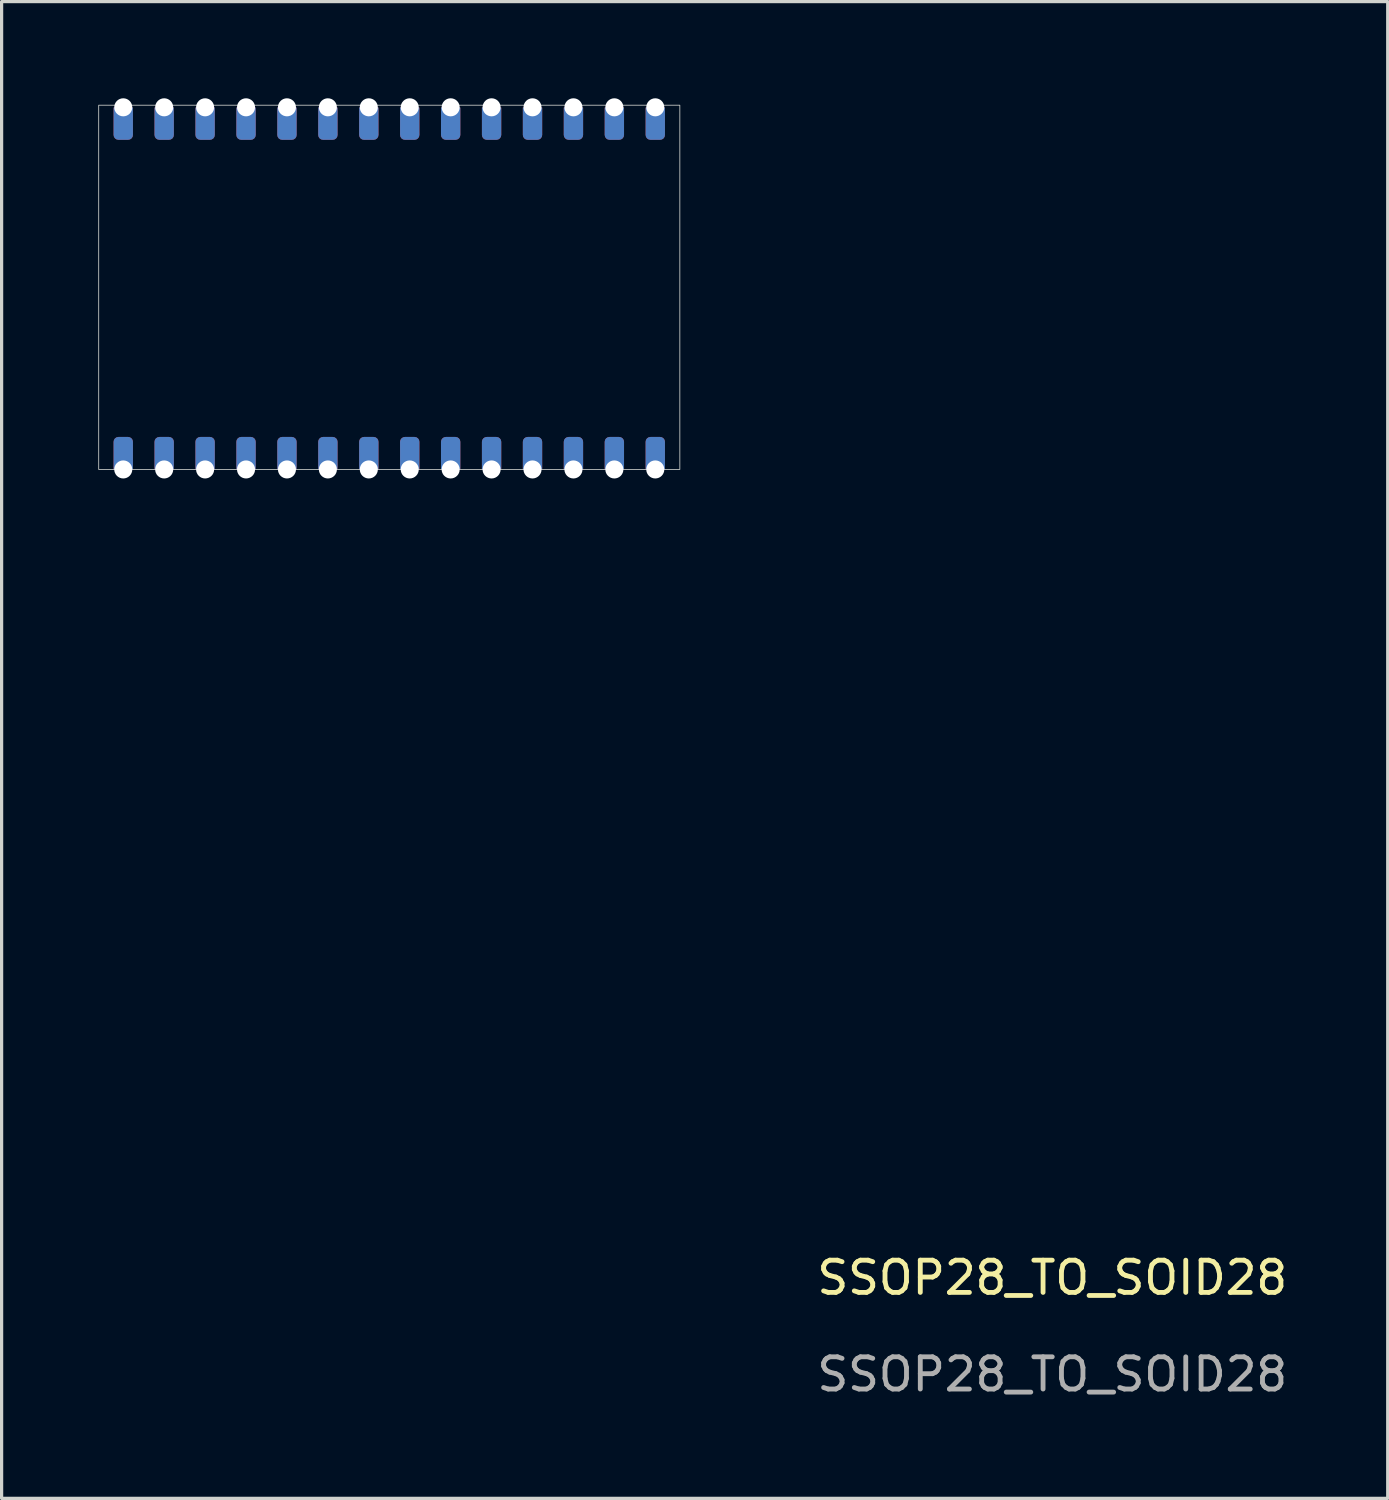
<source format=kicad_pcb>
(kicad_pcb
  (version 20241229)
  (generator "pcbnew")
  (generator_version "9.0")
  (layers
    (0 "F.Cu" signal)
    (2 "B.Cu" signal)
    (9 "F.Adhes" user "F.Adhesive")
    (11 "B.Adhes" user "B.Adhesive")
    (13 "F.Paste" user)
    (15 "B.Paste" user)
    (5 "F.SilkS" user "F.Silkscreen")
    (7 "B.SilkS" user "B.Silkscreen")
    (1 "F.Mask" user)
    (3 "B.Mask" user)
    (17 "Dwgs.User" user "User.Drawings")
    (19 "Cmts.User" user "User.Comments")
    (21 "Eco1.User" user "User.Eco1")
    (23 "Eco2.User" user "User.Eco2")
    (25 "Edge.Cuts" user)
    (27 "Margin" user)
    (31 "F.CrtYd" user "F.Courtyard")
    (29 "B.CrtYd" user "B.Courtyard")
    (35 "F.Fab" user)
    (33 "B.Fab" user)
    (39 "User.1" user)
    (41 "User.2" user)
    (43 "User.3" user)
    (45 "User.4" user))
  (footprint "SSOP28_TO_SOID28"
    (layer "F.Cu")
    (at 9.03 5.93)
    (property "Reference" "SSOP28_TO_SOID28" (at 20.574 30.671 0) (unlocked yes) (layer "F.SilkS") (effects (font (size 1 1) (thickness 0.15))))
    (attr smd)
    (fp_rect (start -9.017 5.588) (end 9.017 -5.715) (stroke (width 0.025) (type solid)) (fill no) (layer "Edge.Cuts"))
    (fp_text user "${REFERENCE}" (at 20.574 33.67 0) (unlocked yes) (layer "F.Fab") (effects (font (size 1 1) (thickness 0.15))))
    (pad "1" thru_hole roundrect (at -8.255 5.588) (size 0.6 1) (drill 0.56 (offset 0 -0.508)) (layers "*.Cu" "*.Mask") (roundrect_rratio 0.25) (chamfer_ratio 0) (chamfer bottom_left bottom_right))
    (pad "2" thru_hole roundrect (at -6.985 5.588) (size 0.6 1) (drill 0.56 (offset 0 -0.508)) (layers "*.Cu" "*.Mask") (roundrect_rratio 0.25) (chamfer_ratio 0) (chamfer bottom_left bottom_right))
    (pad "3" thru_hole roundrect (at -5.715 5.588) (size 0.6 1) (drill 0.56 (offset 0 -0.508)) (layers "*.Cu" "*.Mask") (roundrect_rratio 0.25) (chamfer_ratio 0) (chamfer bottom_left bottom_right))
    (pad "4" thru_hole roundrect (at -4.445 5.588) (size 0.6 1) (drill 0.56 (offset 0 -0.508)) (layers "*.Cu" "*.Mask") (roundrect_rratio 0.25) (chamfer_ratio 0) (chamfer bottom_left bottom_right))
    (pad "5" thru_hole roundrect (at -3.175 5.588) (size 0.6 1) (drill 0.56 (offset 0 -0.508)) (layers "*.Cu" "*.Mask") (roundrect_rratio 0.25) (chamfer_ratio 0) (chamfer bottom_left bottom_right))
    (pad "6" thru_hole roundrect (at -1.905 5.588) (size 0.6 1) (drill 0.56 (offset 0 -0.508)) (layers "*.Cu" "*.Mask") (roundrect_rratio 0.25) (chamfer_ratio 0) (chamfer bottom_left bottom_right))
    (pad "7" thru_hole roundrect (at -0.635 5.588) (size 0.6 1) (drill 0.56 (offset 0 -0.508)) (layers "*.Cu" "*.Mask") (roundrect_rratio 0.25) (chamfer_ratio 0) (chamfer bottom_left bottom_right))
    (pad "8" thru_hole roundrect (at 0.635 5.588) (size 0.6 1) (drill 0.56 (offset 0 -0.508)) (layers "*.Cu" "*.Mask") (roundrect_rratio 0.25) (chamfer_ratio 0) (chamfer bottom_left bottom_right))
    (pad "9" thru_hole roundrect (at 1.905 5.588) (size 0.6 1) (drill 0.56 (offset 0 -0.508)) (layers "*.Cu" "*.Mask") (roundrect_rratio 0.25) (chamfer_ratio 0) (chamfer bottom_left bottom_right))
    (pad "10" thru_hole roundrect (at 3.175 5.588) (size 0.6 1) (drill 0.56 (offset 0 -0.508)) (layers "*.Cu" "*.Mask") (roundrect_rratio 0.25) (chamfer_ratio 0) (chamfer bottom_left bottom_right))
    (pad "11" thru_hole roundrect (at 4.445 5.588) (size 0.6 1) (drill 0.56 (offset 0 -0.508)) (layers "*.Cu" "*.Mask") (roundrect_rratio 0.25) (chamfer_ratio 0) (chamfer bottom_left bottom_right))
    (pad "12" thru_hole roundrect (at 5.715 5.588) (size 0.6 1) (drill 0.56 (offset 0 -0.508)) (layers "*.Cu" "*.Mask") (roundrect_rratio 0.25) (chamfer_ratio 0) (chamfer bottom_left bottom_right))
    (pad "13" thru_hole roundrect (at 6.985 5.588) (size 0.6 1) (drill 0.56 (offset 0 -0.508)) (layers "*.Cu" "*.Mask") (roundrect_rratio 0.25) (chamfer_ratio 0) (chamfer bottom_left bottom_right))
    (pad "14" thru_hole roundrect (at 8.255 5.588) (size 0.6 1) (drill 0.56 (offset 0 -0.508)) (layers "*.Cu" "*.Mask") (roundrect_rratio 0.25) (chamfer_ratio 0) (chamfer bottom_left bottom_right))
    (pad "15" thru_hole roundrect (at 8.255 -5.65 180) (size 0.6 1) (drill 0.56 (offset 0 -0.508)) (layers "*.Cu" "*.Mask") (roundrect_rratio 0.25) (chamfer_ratio 0) (chamfer bottom_left bottom_right))
    (pad "16" thru_hole roundrect (at 6.985 -5.65 180) (size 0.6 1) (drill 0.56 (offset 0 -0.508)) (layers "*.Cu" "*.Mask") (roundrect_rratio 0.25) (chamfer_ratio 0) (chamfer bottom_left bottom_right))
    (pad "17" thru_hole roundrect (at 5.715 -5.65 180) (size 0.6 1) (drill 0.56 (offset 0 -0.508)) (layers "*.Cu" "*.Mask") (roundrect_rratio 0.25) (chamfer_ratio 0) (chamfer bottom_left bottom_right))
    (pad "18" thru_hole roundrect (at 4.445 -5.65 180) (size 0.6 1) (drill 0.56 (offset 0 -0.508)) (layers "*.Cu" "*.Mask") (roundrect_rratio 0.25) (chamfer_ratio 0) (chamfer bottom_left bottom_right))
    (pad "19" thru_hole roundrect (at 3.175 -5.65 180) (size 0.6 1) (drill 0.56 (offset 0 -0.508)) (layers "*.Cu" "*.Mask") (roundrect_rratio 0.25) (chamfer_ratio 0) (chamfer bottom_left bottom_right))
    (pad "20" thru_hole roundrect (at 1.905 -5.65 180) (size 0.6 1) (drill 0.56 (offset 0 -0.508)) (layers "*.Cu" "*.Mask") (roundrect_rratio 0.25) (chamfer_ratio 0) (chamfer bottom_left bottom_right))
    (pad "21" thru_hole roundrect (at 0.635 -5.65 180) (size 0.6 1) (drill 0.56 (offset 0 -0.508)) (layers "*.Cu" "*.Mask") (roundrect_rratio 0.25) (chamfer_ratio 0) (chamfer bottom_left bottom_right))
    (pad "22" thru_hole roundrect (at -0.635 -5.65 180) (size 0.6 1) (drill 0.56 (offset 0 -0.508)) (layers "*.Cu" "*.Mask") (roundrect_rratio 0.25) (chamfer_ratio 0) (chamfer bottom_left bottom_right))
    (pad "23" thru_hole roundrect (at -1.905 -5.65 180) (size 0.6 1) (drill 0.56 (offset 0 -0.508)) (layers "*.Cu" "*.Mask") (roundrect_rratio 0.25) (chamfer_ratio 0) (chamfer bottom_left bottom_right))
    (pad "24" thru_hole roundrect (at -3.175 -5.65 180) (size 0.6 1) (drill 0.56 (offset 0 -0.508)) (layers "*.Cu" "*.Mask") (roundrect_rratio 0.25) (chamfer_ratio 0) (chamfer bottom_left bottom_right))
    (pad "25" thru_hole roundrect (at -4.445 -5.65 180) (size 0.6 1) (drill 0.56 (offset 0 -0.508)) (layers "*.Cu" "*.Mask") (roundrect_rratio 0.25) (chamfer_ratio 0) (chamfer bottom_left bottom_right))
    (pad "26" thru_hole roundrect (at -5.715 -5.65 180) (size 0.6 1) (drill 0.56 (offset 0 -0.508)) (layers "*.Cu" "*.Mask") (roundrect_rratio 0.25) (chamfer_ratio 0) (chamfer bottom_left bottom_right))
    (pad "27" thru_hole roundrect (at -6.985 -5.65 180) (size 0.6 1) (drill 0.56 (offset 0 -0.508)) (layers "*.Cu" "*.Mask") (roundrect_rratio 0.25) (chamfer_ratio 0) (chamfer bottom_left bottom_right))
    (pad "28" thru_hole roundrect (at -8.255 -5.65 180) (size 0.6 1) (drill 0.56 (offset 0 -0.508)) (layers "*.Cu" "*.Mask") (roundrect_rratio 0.25) (chamfer_ratio 0) (chamfer bottom_left bottom_right)))
  (gr_rect
    (start -3 -3)
    (end 40.014 43.448)
    (stroke (width 0.1) (type default))
    (fill no)
    (layer "Edge.Cuts")))
</source>
